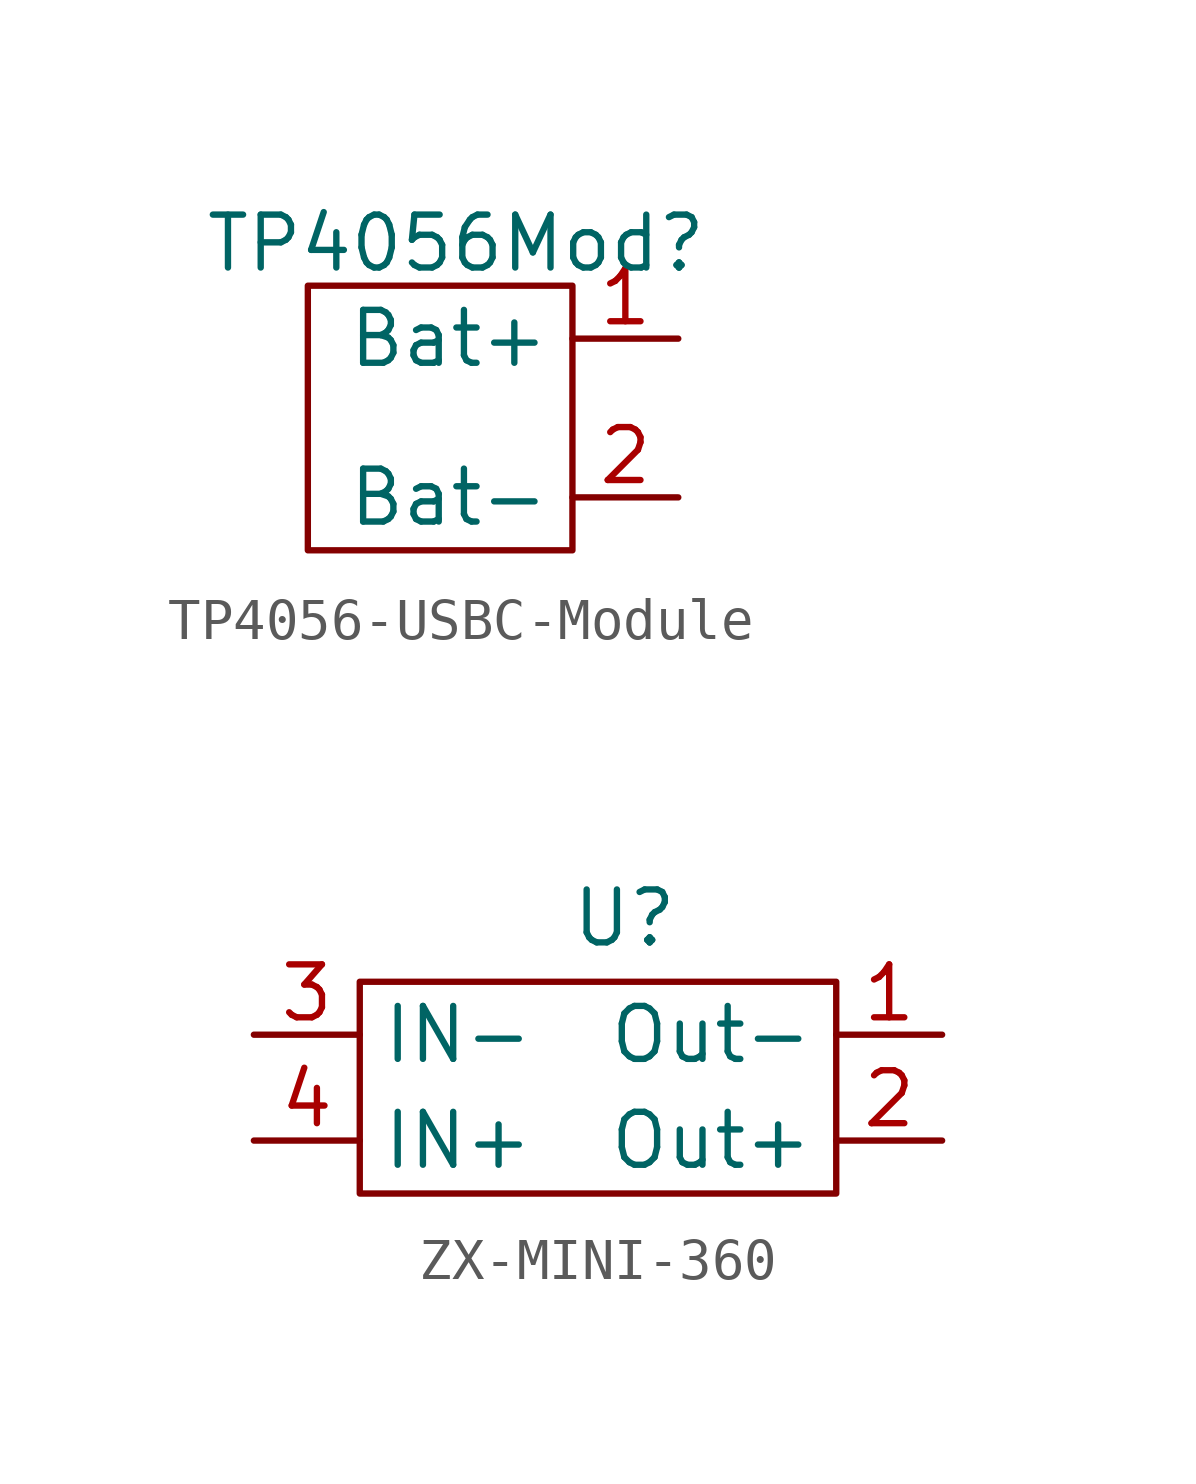
<source format=kicad_sym>
(kicad_symbol_lib
  (version 20231120)
  (generator "kicad_symbol_editor")
  (generator_version "8.0")
  (symbol "TP4056-USBC-Module"
    (property "Reference" "TP4056Mod"
      (at -1.524 2.286 0)
      (effects (font (size 1.27 1.27))))
    (property "Value" ""
      (at 0 0 0)
      (effects (font (size 1.27 1.27))))
    (symbol "TP4056-USBC-Module_0_1"
      (rectangle (start -5.08 1.27) (end 1.27 -5.08) (stroke (width 0) (type default)) (fill (type none))))
    (symbol "TP4056-USBC-Module_1_1"
      (pin input line (at 3.81 0 180) (length 2.54) (name "Bat+" (effects (font (size 1.27 1.27)))) (number "1" (effects (font (size 1.27 1.27)))))
      (pin input line (at 3.81 -3.81 180) (length 2.54) (name "Bat-" (effects (font (size 1.27 1.27)))) (number "2" (effects (font (size 1.27 1.27)))))))
  (symbol "ZX-MINI-360"
    (property "Reference" "U"
      (at 0 4.064 0)
      (effects (font (size 1.27 1.27))))
    (property "Value" ""
      (at 0 0 0)
      (effects (font (size 1.27 1.27))))
    (symbol "ZX-MINI-360_0_1"
      (rectangle (start -6.35 2.54) (end 5.08 -2.54) (stroke (width 0) (type default)) (fill (type none))))
    (symbol "ZX-MINI-360_1_1"
      (pin input line (at 7.62 1.27 180) (length 2.54) (name "Out-" (effects (font (size 1.27 1.27)))) (number "1" (effects (font (size 1.27 1.27)))))
      (pin input line (at 7.62 -1.27 180) (length 2.54) (name "Out+" (effects (font (size 1.27 1.27)))) (number "2" (effects (font (size 1.27 1.27)))))
      (pin input line (at -8.89 1.27 0) (length 2.54) (name "IN-" (effects (font (size 1.27 1.27)))) (number "3" (effects (font (size 1.27 1.27)))))
      (pin input line (at -8.89 -1.27 0) (length 2.54) (name "IN+" (effects (font (size 1.27 1.27)))) (number "4" (effects (font (size 1.27 1.27))))))))
</source>
